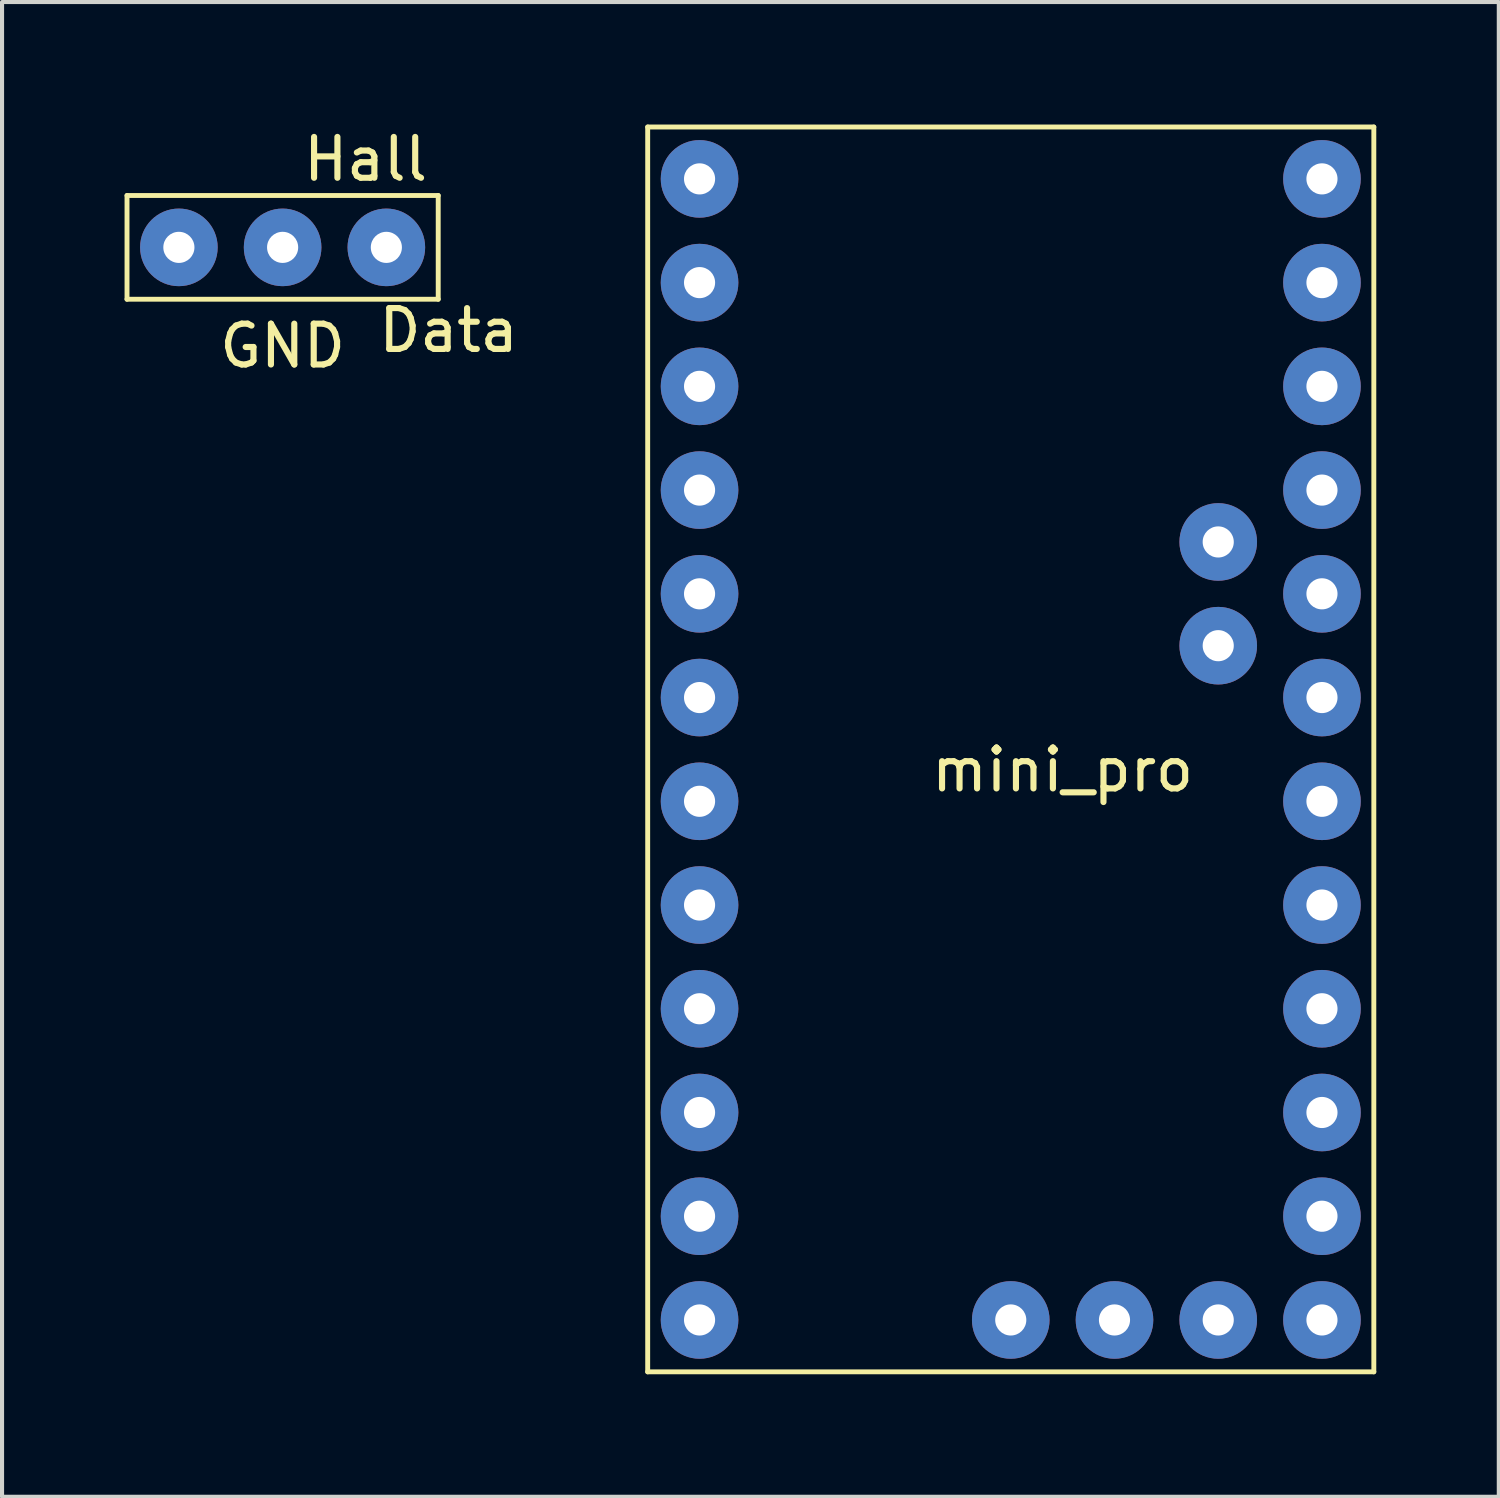
<source format=kicad_pcb>
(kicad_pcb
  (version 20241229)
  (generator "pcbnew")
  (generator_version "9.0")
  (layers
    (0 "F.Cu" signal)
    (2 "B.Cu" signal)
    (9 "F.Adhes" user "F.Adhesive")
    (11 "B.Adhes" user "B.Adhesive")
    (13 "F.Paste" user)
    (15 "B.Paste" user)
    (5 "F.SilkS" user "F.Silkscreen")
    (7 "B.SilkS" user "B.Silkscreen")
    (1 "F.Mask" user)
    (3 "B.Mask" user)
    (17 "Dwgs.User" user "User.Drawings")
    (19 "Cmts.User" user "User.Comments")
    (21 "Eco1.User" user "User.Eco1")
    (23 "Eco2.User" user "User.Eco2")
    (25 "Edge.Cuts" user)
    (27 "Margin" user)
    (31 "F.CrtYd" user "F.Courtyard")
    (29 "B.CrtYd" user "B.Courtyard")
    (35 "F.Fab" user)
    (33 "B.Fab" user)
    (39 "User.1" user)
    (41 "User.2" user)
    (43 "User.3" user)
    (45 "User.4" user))
  (footprint "mini_pro"
    (layer "F.Cu")
    (at 21.699 15.3)
    (property "Reference" "mini_pro" (at 1.27 0.5 0) (layer "F.SilkS") (effects (font (size 1 1) (thickness 0.15))))
    (attr through_hole)
    (fp_line (start -8.89 -15.24) (end 8.89 -15.24) (stroke (width 0.12) (type solid)) (layer "F.SilkS"))
    (fp_line (start -8.89 15.24) (end -8.89 -15.24) (stroke (width 0.12) (type solid)) (layer "F.SilkS"))
    (fp_line (start 8.89 -15.24) (end 8.89 15.24) (stroke (width 0.12) (type solid)) (layer "F.SilkS"))
    (fp_line (start 8.89 15.24) (end -8.89 15.24) (stroke (width 0.12) (type solid)) (layer "F.SilkS"))
    (pad "1" thru_hole circle (at -7.62 -13.97) (size 1.9 1.9) (drill 0.762) (layers "*.Cu" "*.Mask"))
    (pad "2" thru_hole circle (at -7.62 -11.43) (size 1.9 1.9) (drill 0.762) (layers "*.Cu" "*.Mask"))
    (pad "3" thru_hole circle (at -7.62 -8.89) (size 1.9 1.9) (drill 0.762) (layers "*.Cu" "*.Mask"))
    (pad "4" thru_hole circle (at -7.62 -6.35) (size 1.9 1.9) (drill 0.762) (layers "*.Cu" "*.Mask"))
    (pad "5" thru_hole circle (at -7.62 -3.81) (size 1.9 1.9) (drill 0.762) (layers "*.Cu" "*.Mask"))
    (pad "6" thru_hole circle (at -7.62 -1.27) (size 1.9 1.9) (drill 0.762) (layers "*.Cu" "*.Mask"))
    (pad "7" thru_hole circle (at -7.62 1.27) (size 1.9 1.9) (drill 0.762) (layers "*.Cu" "*.Mask"))
    (pad "8" thru_hole circle (at -7.62 3.81) (size 1.9 1.9) (drill 0.762) (layers "*.Cu" "*.Mask"))
    (pad "9" thru_hole circle (at -7.62 6.35) (size 1.9 1.9) (drill 0.762) (layers "*.Cu" "*.Mask"))
    (pad "10" thru_hole circle (at -7.62 8.89) (size 1.9 1.9) (drill 0.762) (layers "*.Cu" "*.Mask"))
    (pad "11" thru_hole circle (at -7.62 11.43) (size 1.9 1.9) (drill 0.762) (layers "*.Cu" "*.Mask"))
    (pad "12" thru_hole circle (at -7.62 13.97) (size 1.9 1.9) (drill 0.762) (layers "*.Cu" "*.Mask"))
    (pad "13" thru_hole circle (at 7.62 -13.97) (size 1.9 1.9) (drill 0.762) (layers "*.Cu" "*.Mask"))
    (pad "14" thru_hole circle (at 7.62 -11.43) (size 1.9 1.9) (drill 0.762) (layers "*.Cu" "*.Mask"))
    (pad "15" thru_hole circle (at 7.62 -8.89) (size 1.9 1.9) (drill 0.762) (layers "*.Cu" "*.Mask"))
    (pad "16" thru_hole circle (at 7.62 -6.35) (size 1.9 1.9) (drill 0.762) (layers "*.Cu" "*.Mask"))
    (pad "17" thru_hole circle (at 7.62 -3.81) (size 1.9 1.9) (drill 0.762) (layers "*.Cu" "*.Mask"))
    (pad "18" thru_hole circle (at 7.62 -1.27) (size 1.9 1.9) (drill 0.762) (layers "*.Cu" "*.Mask"))
    (pad "19" thru_hole circle (at 7.62 1.27) (size 1.9 1.9) (drill 0.762) (layers "*.Cu" "*.Mask"))
    (pad "20" thru_hole circle (at 7.62 3.81) (size 1.9 1.9) (drill 0.762) (layers "*.Cu" "*.Mask"))
    (pad "21" thru_hole circle (at 7.62 6.35) (size 1.9 1.9) (drill 0.762) (layers "*.Cu" "*.Mask"))
    (pad "22" thru_hole circle (at 7.62 8.89) (size 1.9 1.9) (drill 0.762) (layers "*.Cu" "*.Mask"))
    (pad "23" thru_hole circle (at 7.62 11.43) (size 1.9 1.9) (drill 0.762) (layers "*.Cu" "*.Mask"))
    (pad "24" thru_hole circle (at 7.62 13.97) (size 1.9 1.9) (drill 0.762) (layers "*.Cu" "*.Mask"))
    (pad "25" thru_hole circle (at 5.08 13.97) (size 1.9 1.9) (drill 0.762) (layers "*.Cu" "*.Mask"))
    (pad "26" thru_hole circle (at 2.54 13.97) (size 1.9 1.9) (drill 0.762) (layers "*.Cu" "*.Mask"))
    (pad "27" thru_hole circle (at 0 13.97) (size 1.9 1.9) (drill 0.762) (layers "*.Cu" "*.Mask"))
    (pad "28" thru_hole circle (at 5.08 -5.08) (size 1.9 1.9) (drill 0.762) (layers "*.Cu" "*.Mask"))
    (pad "29" thru_hole circle (at 5.08 -2.54) (size 1.9 1.9) (drill 0.762) (layers "*.Cu" "*.Mask")))
  (footprint "Hall"
    (layer "F.Cu")
    (at 3.87 3.007)
    (property "Reference" "Hall" (at 2.032 -2.159 0) (layer "F.SilkS") (effects (font (size 1 1) (thickness 0.15))))
    (attr through_hole)
    (fp_line (start -3.81 -1.27) (end 3.81 -1.27) (stroke (width 0.12) (type solid)) (layer "F.SilkS"))
    (fp_line (start -3.81 1.27) (end -3.81 -1.27) (stroke (width 0.12) (type solid)) (layer "F.SilkS"))
    (fp_line (start 3.81 -1.27) (end 3.81 1.27) (stroke (width 0.12) (type solid)) (layer "F.SilkS"))
    (fp_line (start 3.81 1.27) (end -3.81 1.27) (stroke (width 0.12) (type solid)) (layer "F.SilkS"))
    (fp_text user "Data" (at 4.064 2.032 0) (layer "F.SilkS") (effects (font (size 1 1) (thickness 0.15))))
    (fp_text user "GND" (at 0 2.413 0) (layer "F.SilkS") (effects (font (size 1 1) (thickness 0.15))))
    (pad "1" thru_hole circle (at -2.54 0) (size 1.9 1.9) (drill 0.762) (layers "*.Cu" "*.Mask"))
    (pad "2" thru_hole circle (at 2.54 0) (size 1.9 1.9) (drill 0.762) (layers "*.Cu" "*.Mask"))
    (pad "3" thru_hole circle (at 0 0) (size 1.9 1.9) (drill 0.762) (layers "*.Cu" "*.Mask")))
  (gr_rect
    (start -3 -3)
    (end 33.649 33.6)
    (stroke (width 0.1) (type default))
    (fill no)
    (layer "Edge.Cuts")))
</source>
